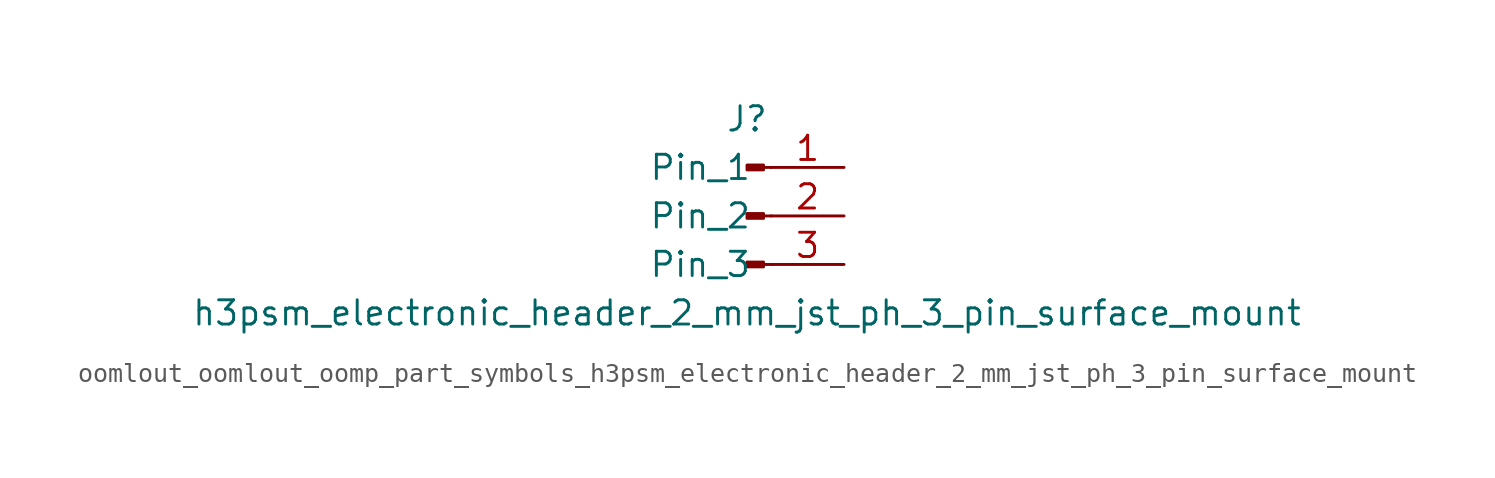
<source format=kicad_sym>
(kicad_symbol_lib
  (version 20220914)
  (generator kicad_symbol_editor)
  (symbol "oomlout_oomlout_oomp_part_symbols_h3psm_electronic_header_2_mm_jst_ph_3_pin_surface_mount"
    (pin_names
      (offset 1.016))
    (property "Reference" "J"
      (at 0 5.08 0)
      (effects (font (size 1.27 1.27))))
    (property "Value" "h3psm_electronic_header_2_mm_jst_ph_3_pin_surface_mount"
      (at 0 -5.08 0)
      (effects (font (size 1.27 1.27))))
    (property "ki_locked" ""
      (at 0 0 0)
      (effects (font (size 1.27 1.27))))
    (symbol "oomlout_oomlout_oomp_part_symbols_h3psm_electronic_header_2_mm_jst_ph_3_pin_surface_mount_1_1"
      (polyline (pts (xy 1.27 -2.54) (xy 0.864 -2.54)) (stroke (width 0.152) (type default)) (fill (type none)))
      (polyline (pts (xy 1.27 0) (xy 0.864 0)) (stroke (width 0.152) (type default)) (fill (type none)))
      (polyline (pts (xy 1.27 2.54) (xy 0.864 2.54)) (stroke (width 0.152) (type default)) (fill (type none)))
      (rectangle (start 0.864 -2.413) (end 0 -2.667) (stroke (width 0.152) (type default)) (fill (type outline)))
      (rectangle (start 0.864 0.127) (end 0 -0.127) (stroke (width 0.152) (type default)) (fill (type outline)))
      (rectangle (start 0.864 2.667) (end 0 2.413) (stroke (width 0.152) (type default)) (fill (type outline)))
      (pin passive line (at 5.08 2.54 180) (length 3.81) (name "Pin_1" (effects (font (size 1.27 1.27)))) (number "1" (effects (font (size 1.27 1.27)))))
      (pin passive line (at 5.08 0 180) (length 3.81) (name "Pin_2" (effects (font (size 1.27 1.27)))) (number "2" (effects (font (size 1.27 1.27)))))
      (pin passive line (at 5.08 -2.54 180) (length 3.81) (name "Pin_3" (effects (font (size 1.27 1.27)))) (number "3" (effects (font (size 1.27 1.27))))))))
</source>
